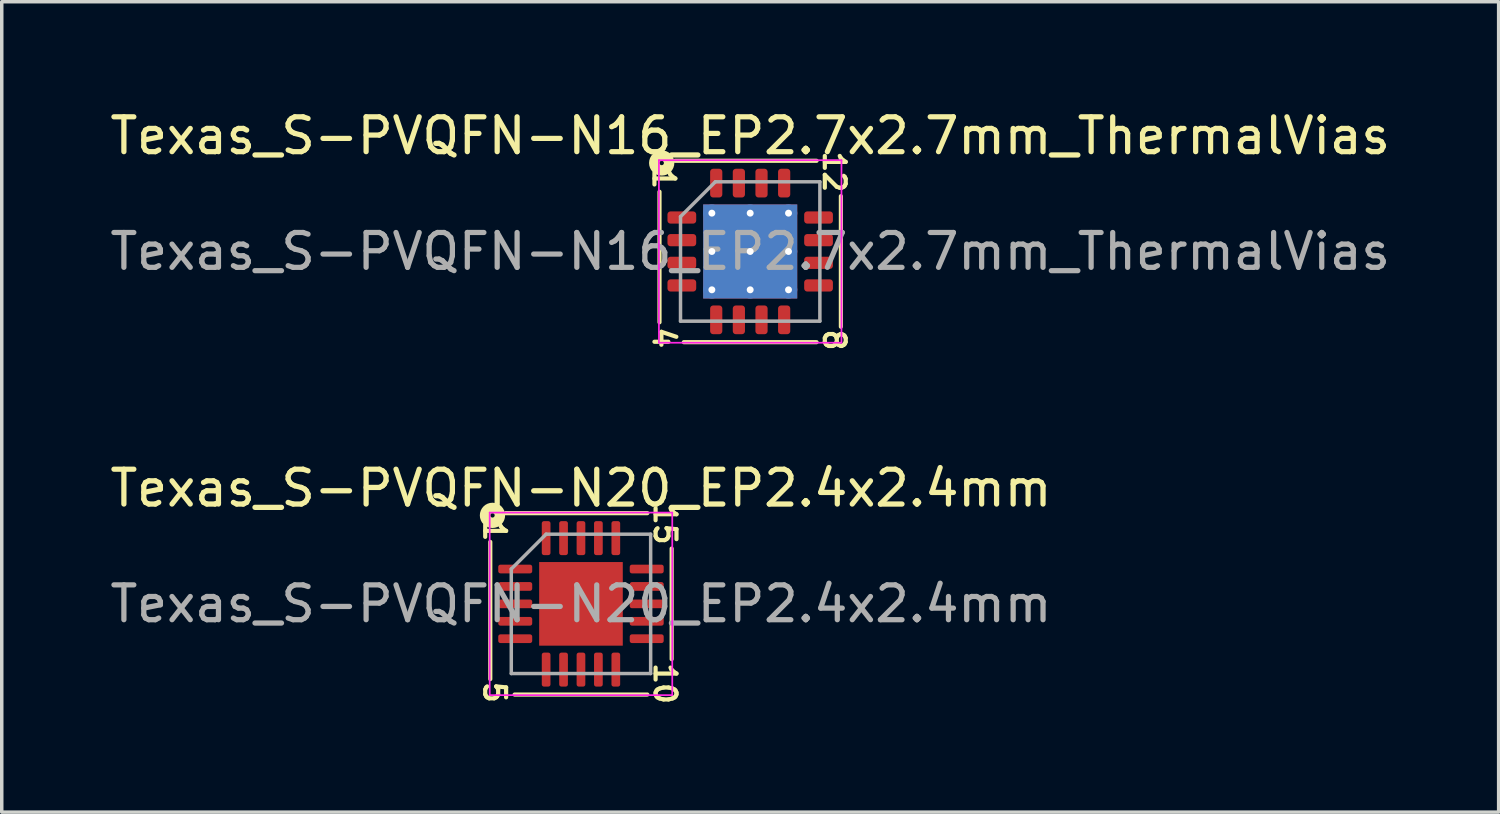
<source format=kicad_pcb>
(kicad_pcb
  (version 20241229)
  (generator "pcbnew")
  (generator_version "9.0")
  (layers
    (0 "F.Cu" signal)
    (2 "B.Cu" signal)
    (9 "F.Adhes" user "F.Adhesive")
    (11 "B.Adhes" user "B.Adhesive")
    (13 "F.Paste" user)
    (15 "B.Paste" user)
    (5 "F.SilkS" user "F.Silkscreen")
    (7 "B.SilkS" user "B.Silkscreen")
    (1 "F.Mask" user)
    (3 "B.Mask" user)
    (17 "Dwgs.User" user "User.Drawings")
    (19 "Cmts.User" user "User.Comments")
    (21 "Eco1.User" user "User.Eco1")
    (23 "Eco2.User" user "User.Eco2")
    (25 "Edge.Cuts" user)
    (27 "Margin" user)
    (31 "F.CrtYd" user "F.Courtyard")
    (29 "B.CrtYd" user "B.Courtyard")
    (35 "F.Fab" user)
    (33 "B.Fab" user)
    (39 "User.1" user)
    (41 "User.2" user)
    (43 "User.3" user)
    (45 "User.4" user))
  (footprint "Texas_S-PVQFN-N20_EP2.4x2.4mm"
    (layer "F.Cu")
    (at 13.625 14.282)
    (property "Reference" "Texas_S-PVQFN-N20_EP2.4x2.4mm" (at 0 -3.32 0) (layer "F.SilkS") (effects (font (size 1 1) (thickness 0.15))))
    (attr smd)
    (fp_line (start -2.603 -1.778) (end -2.603 2.159) (stroke (width 0.12) (type solid)) (layer "F.SilkS"))
    (fp_line (start -1.905 2.603) (end 1.905 2.603) (stroke (width 0.12) (type solid)) (layer "F.SilkS"))
    (fp_line (start 1.905 -2.603) (end -2.159 -2.603) (stroke (width 0.12) (type solid)) (layer "F.SilkS"))
    (fp_line (start 2.603 1.587) (end 2.603 -1.587) (stroke (width 0.12) (type solid)) (layer "F.SilkS"))
    (fp_circle (center -2.54 -2.54) (end -2.477 -2.54) (stroke (width 0.3) (type solid)) (fill no) (layer "F.SilkS"))
    (fp_line (start -2.62 -2.62) (end -2.62 2.62) (stroke (width 0.05) (type solid)) (layer "F.CrtYd"))
    (fp_line (start -2.62 2.62) (end 2.62 2.62) (stroke (width 0.05) (type solid)) (layer "F.CrtYd"))
    (fp_line (start 2.62 -2.62) (end -2.62 -2.62) (stroke (width 0.05) (type solid)) (layer "F.CrtYd"))
    (fp_line (start 2.62 2.62) (end 2.62 -2.62) (stroke (width 0.05) (type solid)) (layer "F.CrtYd"))
    (fp_line (start -2 -1) (end -1 -2) (stroke (width 0.1) (type solid)) (layer "F.Fab"))
    (fp_line (start -2 2) (end -2 -1) (stroke (width 0.1) (type solid)) (layer "F.Fab"))
    (fp_line (start -1 -2) (end 2 -2) (stroke (width 0.1) (type solid)) (layer "F.Fab"))
    (fp_line (start 2 -2) (end 2 2) (stroke (width 0.1) (type solid)) (layer "F.Fab"))
    (fp_line (start 2 2) (end -2 2) (stroke (width 0.1) (type solid)) (layer "F.Fab"))
    (fp_text user "5" (at -2.477 2.54 270) (unlocked yes) (layer "F.SilkS") (effects (font (size 0.6 0.6) (thickness 0.12))))
    (fp_text user "10" (at 2.413 2.286 270) (unlocked yes) (layer "F.SilkS") (effects (font (size 0.6 0.6) (thickness 0.12))))
    (fp_text user "15" (at 2.413 -2.286 270) (unlocked yes) (layer "F.SilkS") (effects (font (size 0.6 0.6) (thickness 0.12))))
    (fp_text user "1" (at -2.477 -2.095 270) (unlocked yes) (layer "F.SilkS") (effects (font (size 0.6 0.6) (thickness 0.12))))
    (fp_text user "${REFERENCE}" (at 0 0 0) (layer "F.Fab") (effects (font (size 1 1) (thickness 0.15))))
    (pad "" smd roundrect (at -0.6 -0.6) (size 0.97 0.97) (layers "F.Paste") (roundrect_rratio 0.25))
    (pad "" smd roundrect (at -0.6 0.6) (size 0.97 0.97) (layers "F.Paste") (roundrect_rratio 0.25))
    (pad "" smd roundrect (at 0.6 -0.6) (size 0.97 0.97) (layers "F.Paste") (roundrect_rratio 0.25))
    (pad "" smd roundrect (at 0.6 0.6) (size 0.97 0.97) (layers "F.Paste") (roundrect_rratio 0.25))
    (pad "1" smd roundrect (at -1.887 -1) (size 0.975 0.25) (layers "F.Cu" "F.Mask" "F.Paste") (roundrect_rratio 0.25))
    (pad "2" smd roundrect (at -1.887 -0.5) (size 0.975 0.25) (layers "F.Cu" "F.Mask" "F.Paste") (roundrect_rratio 0.25))
    (pad "3" smd roundrect (at -1.887 0) (size 0.975 0.25) (layers "F.Cu" "F.Mask" "F.Paste") (roundrect_rratio 0.25))
    (pad "4" smd roundrect (at -1.887 0.5) (size 0.975 0.25) (layers "F.Cu" "F.Mask" "F.Paste") (roundrect_rratio 0.25))
    (pad "5" smd roundrect (at -1.887 1) (size 0.975 0.25) (layers "F.Cu" "F.Mask" "F.Paste") (roundrect_rratio 0.25))
    (pad "6" smd roundrect (at -1 1.887) (size 0.25 0.975) (layers "F.Cu" "F.Mask" "F.Paste") (roundrect_rratio 0.25))
    (pad "7" smd roundrect (at -0.5 1.887) (size 0.25 0.975) (layers "F.Cu" "F.Mask" "F.Paste") (roundrect_rratio 0.25))
    (pad "8" smd roundrect (at 0 1.887) (size 0.25 0.975) (layers "F.Cu" "F.Mask" "F.Paste") (roundrect_rratio 0.25))
    (pad "9" smd roundrect (at 0.5 1.887) (size 0.25 0.975) (layers "F.Cu" "F.Mask" "F.Paste") (roundrect_rratio 0.25))
    (pad "10" smd roundrect (at 1 1.887) (size 0.25 0.975) (layers "F.Cu" "F.Mask" "F.Paste") (roundrect_rratio 0.25))
    (pad "11" smd roundrect (at 1.887 1) (size 0.975 0.25) (layers "F.Cu" "F.Mask" "F.Paste") (roundrect_rratio 0.25))
    (pad "12" smd roundrect (at 1.887 0.5) (size 0.975 0.25) (layers "F.Cu" "F.Mask" "F.Paste") (roundrect_rratio 0.25))
    (pad "13" smd roundrect (at 1.887 0) (size 0.975 0.25) (layers "F.Cu" "F.Mask" "F.Paste") (roundrect_rratio 0.25))
    (pad "14" smd roundrect (at 1.887 -0.5) (size 0.975 0.25) (layers "F.Cu" "F.Mask" "F.Paste") (roundrect_rratio 0.25))
    (pad "15" smd roundrect (at 1.887 -1) (size 0.975 0.25) (layers "F.Cu" "F.Mask" "F.Paste") (roundrect_rratio 0.25))
    (pad "16" smd roundrect (at 1 -1.887) (size 0.25 0.975) (layers "F.Cu" "F.Mask" "F.Paste") (roundrect_rratio 0.25))
    (pad "17" smd roundrect (at 0.5 -1.887) (size 0.25 0.975) (layers "F.Cu" "F.Mask" "F.Paste") (roundrect_rratio 0.25))
    (pad "18" smd roundrect (at 0 -1.887) (size 0.25 0.975) (layers "F.Cu" "F.Mask" "F.Paste") (roundrect_rratio 0.25))
    (pad "19" smd roundrect (at -0.5 -1.887) (size 0.25 0.975) (layers "F.Cu" "F.Mask" "F.Paste") (roundrect_rratio 0.25))
    (pad "20" smd roundrect (at -1 -1.887) (size 0.25 0.975) (layers "F.Cu" "F.Mask" "F.Paste") (roundrect_rratio 0.25))
    (pad "21" smd rect (at 0 0) (size 2.4 2.4) (layers "F.Cu" "F.Mask")))
  (footprint "Texas_S-PVQFN-N16_EP2.7x2.7mm_ThermalVias"
    (layer "F.Cu")
    (at 18.482 4.168)
    (property "Reference" "Texas_S-PVQFN-N16_EP2.7x2.7mm_ThermalVias" (at 0 -3.32 0) (layer "F.SilkS") (effects (font (size 1 1) (thickness 0.15))))
    (attr smd)
    (fp_line (start -2.603 -1.714) (end -2.603 2.032) (stroke (width 0.12) (type solid)) (layer "F.SilkS"))
    (fp_line (start -1.905 2.603) (end 1.905 2.603) (stroke (width 0.12) (type solid)) (layer "F.SilkS"))
    (fp_line (start 1.905 -2.603) (end -2.159 -2.603) (stroke (width 0.12) (type solid)) (layer "F.SilkS"))
    (fp_line (start 2.603 2.159) (end 2.603 -1.587) (stroke (width 0.12) (type solid)) (layer "F.SilkS"))
    (fp_circle (center -2.54 -2.54) (end -2.477 -2.54) (stroke (width 0.3) (type solid)) (fill no) (layer "F.SilkS"))
    (fp_line (start -2.62 -2.62) (end -2.62 2.62) (stroke (width 0.05) (type solid)) (layer "F.CrtYd"))
    (fp_line (start -2.62 2.62) (end 2.62 2.62) (stroke (width 0.05) (type solid)) (layer "F.CrtYd"))
    (fp_line (start 2.62 -2.62) (end -2.62 -2.62) (stroke (width 0.05) (type solid)) (layer "F.CrtYd"))
    (fp_line (start 2.62 2.62) (end 2.62 -2.62) (stroke (width 0.05) (type solid)) (layer "F.CrtYd"))
    (fp_line (start -2 -1) (end -1 -2) (stroke (width 0.1) (type solid)) (layer "F.Fab"))
    (fp_line (start -2 2) (end -2 -1) (stroke (width 0.1) (type solid)) (layer "F.Fab"))
    (fp_line (start -1 -2) (end 2 -2) (stroke (width 0.1) (type solid)) (layer "F.Fab"))
    (fp_line (start 2 -2) (end 2 2) (stroke (width 0.1) (type solid)) (layer "F.Fab"))
    (fp_line (start 2 2) (end -2 2) (stroke (width 0.1) (type solid)) (layer "F.Fab"))
    (fp_text user "8" (at 2.413 2.54 270) (unlocked yes) (layer "F.SilkS") (effects (font (size 0.6 0.6) (thickness 0.12))))
    (fp_text user "12" (at 2.413 -2.286 270) (unlocked yes) (layer "F.SilkS") (effects (font (size 0.6 0.6) (thickness 0.12))))
    (fp_text user "4" (at -2.477 2.477 270) (unlocked yes) (layer "F.SilkS") (effects (font (size 0.6 0.6) (thickness 0.12))))
    (fp_text user "1" (at -2.477 -2.095 270) (unlocked yes) (layer "F.SilkS") (effects (font (size 0.6 0.6) (thickness 0.12))))
    (fp_text user "${REFERENCE}" (at 0 0 0) (layer "F.Fab") (effects (font (size 1 1) (thickness 0.15))))
    (pad "" smd roundrect (at -0.55 -0.55) (size 0.955 0.955) (layers "F.Paste") (roundrect_rratio 0.25))
    (pad "" smd roundrect (at -0.55 0.55) (size 0.955 0.955) (layers "F.Paste") (roundrect_rratio 0.25))
    (pad "" smd roundrect (at 0.55 -0.55) (size 0.955 0.955) (layers "F.Paste") (roundrect_rratio 0.25))
    (pad "" smd roundrect (at 0.55 0.55) (size 0.955 0.955) (layers "F.Paste") (roundrect_rratio 0.25))
    (pad "1" smd roundrect (at -1.962 -0.975) (size 0.825 0.35) (layers "F.Cu" "F.Mask" "F.Paste") (roundrect_rratio 0.25))
    (pad "2" smd roundrect (at -1.962 -0.325) (size 0.825 0.35) (layers "F.Cu" "F.Mask" "F.Paste") (roundrect_rratio 0.25))
    (pad "3" smd roundrect (at -1.962 0.325) (size 0.825 0.35) (layers "F.Cu" "F.Mask" "F.Paste") (roundrect_rratio 0.25))
    (pad "4" smd roundrect (at -1.962 0.975) (size 0.825 0.35) (layers "F.Cu" "F.Mask" "F.Paste") (roundrect_rratio 0.25))
    (pad "5" smd roundrect (at -0.975 1.962) (size 0.35 0.825) (layers "F.Cu" "F.Mask" "F.Paste") (roundrect_rratio 0.25))
    (pad "6" smd roundrect (at -0.325 1.962) (size 0.35 0.825) (layers "F.Cu" "F.Mask" "F.Paste") (roundrect_rratio 0.25))
    (pad "7" smd roundrect (at 0.325 1.962) (size 0.35 0.825) (layers "F.Cu" "F.Mask" "F.Paste") (roundrect_rratio 0.25))
    (pad "8" smd roundrect (at 0.975 1.962) (size 0.35 0.825) (layers "F.Cu" "F.Mask" "F.Paste") (roundrect_rratio 0.25))
    (pad "9" smd roundrect (at 1.962 0.975) (size 0.825 0.35) (layers "F.Cu" "F.Mask" "F.Paste") (roundrect_rratio 0.25))
    (pad "10" smd roundrect (at 1.962 0.325) (size 0.825 0.35) (layers "F.Cu" "F.Mask" "F.Paste") (roundrect_rratio 0.25))
    (pad "11" smd roundrect (at 1.962 -0.325) (size 0.825 0.35) (layers "F.Cu" "F.Mask" "F.Paste") (roundrect_rratio 0.25))
    (pad "12" smd roundrect (at 1.962 -0.975) (size 0.825 0.35) (layers "F.Cu" "F.Mask" "F.Paste") (roundrect_rratio 0.25))
    (pad "13" smd roundrect (at 0.975 -1.962) (size 0.35 0.825) (layers "F.Cu" "F.Mask" "F.Paste") (roundrect_rratio 0.25))
    (pad "14" smd roundrect (at 0.325 -1.962) (size 0.35 0.825) (layers "F.Cu" "F.Mask" "F.Paste") (roundrect_rratio 0.25))
    (pad "15" smd roundrect (at -0.325 -1.962) (size 0.35 0.825) (layers "F.Cu" "F.Mask" "F.Paste") (roundrect_rratio 0.25))
    (pad "16" smd roundrect (at -0.975 -1.962) (size 0.35 0.825) (layers "F.Cu" "F.Mask" "F.Paste") (roundrect_rratio 0.25))
    (pad "17" thru_hole circle (at -1.1 -1.1) (size 0.5 0.5) (drill 0.2) (layers "*.Cu"))
    (pad "17" thru_hole circle (at -1.1 0) (size 0.5 0.5) (drill 0.2) (layers "*.Cu"))
    (pad "17" thru_hole circle (at -1.1 1.1) (size 0.5 0.5) (drill 0.2) (layers "*.Cu"))
    (pad "17" thru_hole circle (at 0 -1.1) (size 0.5 0.5) (drill 0.2) (layers "*.Cu"))
    (pad "17" thru_hole circle (at 0 0) (size 0.5 0.5) (drill 0.2) (layers "*.Cu"))
    (pad "17" smd rect (at 0 0) (size 2.7 2.7) (layers "F.Cu" "F.Mask"))
    (pad "17" smd rect (at 0 0) (size 2.7 2.7) (layers "B.Cu" "B.Mask"))
    (pad "17" thru_hole circle (at 0 1.1) (size 0.5 0.5) (drill 0.2) (layers "*.Cu"))
    (pad "17" thru_hole circle (at 1.1 -1.1) (size 0.5 0.5) (drill 0.2) (layers "*.Cu"))
    (pad "17" thru_hole circle (at 1.1 0) (size 0.5 0.5) (drill 0.2) (layers "*.Cu"))
    (pad "17" thru_hole circle (at 1.1 1.1) (size 0.5 0.5) (drill 0.2) (layers "*.Cu")))
  (gr_rect
    (start -3 -3)
    (end 39.964 20.26)
    (stroke (width 0.1) (type default))
    (fill no)
    (layer "Edge.Cuts")))
</source>
